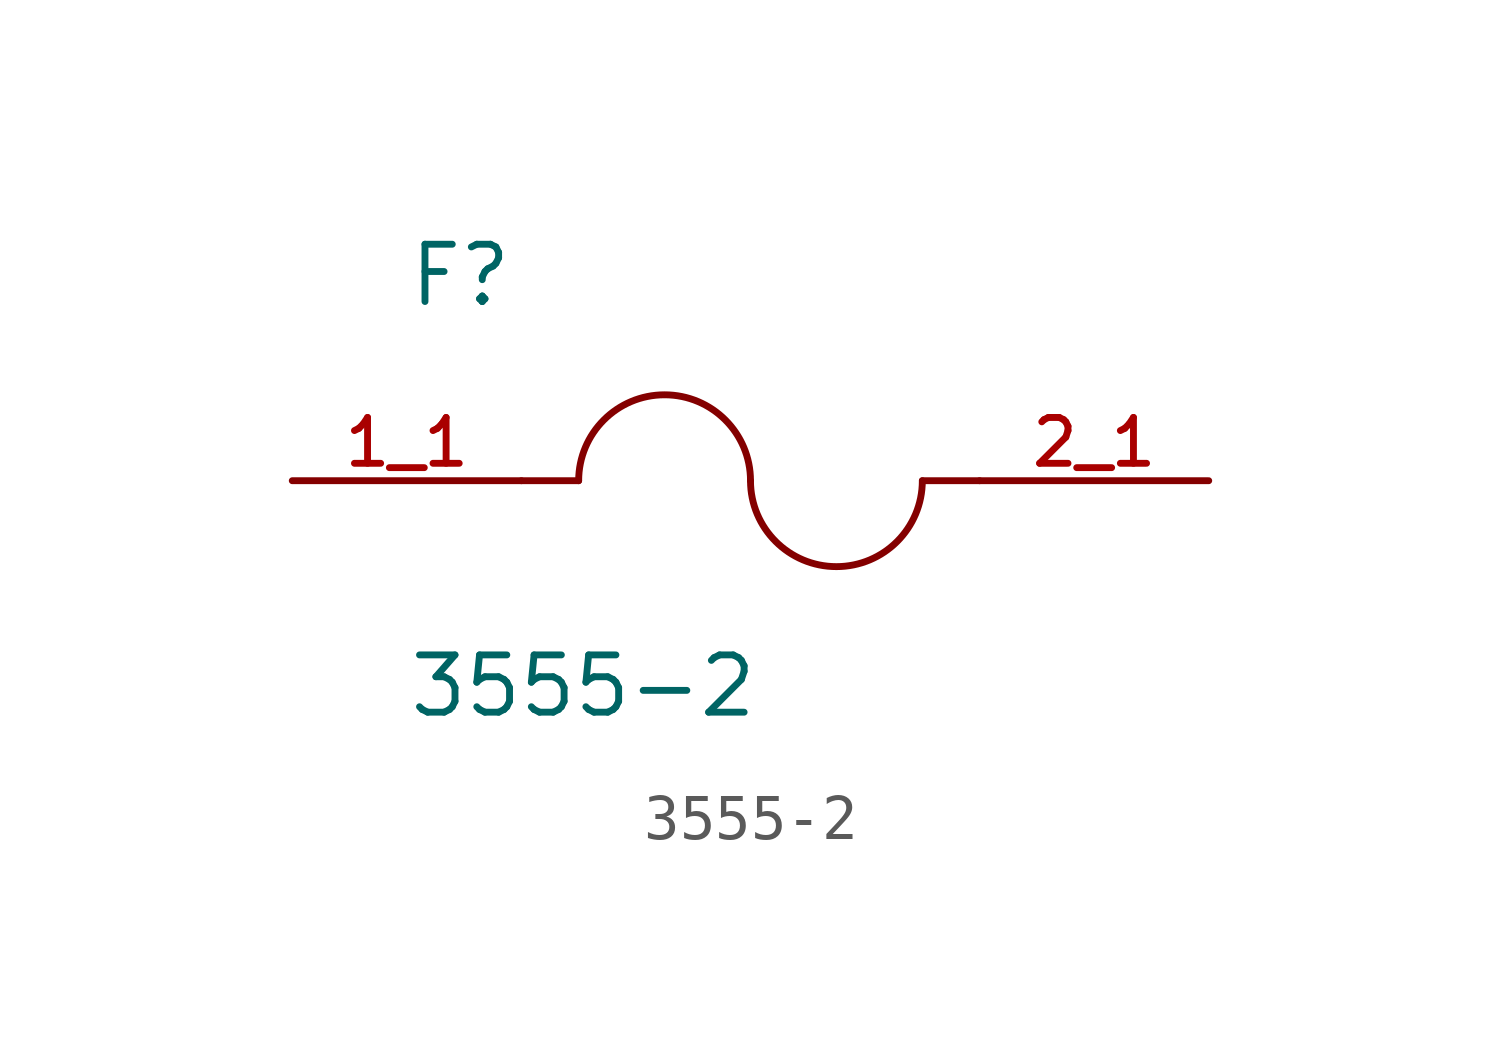
<source format=kicad_sym>
(kicad_symbol_lib
  (version 20211014)
  (generator kicad_symbol_editor)
  (symbol "3555-2"
    (pin_names
      (offset 1.016))
    (property "Reference" "F"
      (at -7.62 3.81 0)
      (effects (font (size 1.27 1.27)) (justify bottom left)))
    (property "Value" "3555-2"
      (at -7.62 -3.81 0)
      (effects (font (size 1.27 1.27)) (justify top left)))
    (symbol "3555-2_0_0"
      (arc (start 0.0 0.0) (mid -1.905 1.905) (end -3.81 0.0) (stroke (width 0.1524) (type default) (color 0 0 0 0)) (fill (type none)))
      (arc (start 3.81 0.0) (mid 1.905 -1.905) (end 0.0 0.0) (stroke (width 0.1524) (type default) (color 0 0 0 0)) (fill (type none)))
      (polyline (pts (xy 5.08 0.0) (xy 3.81 0.0)) (stroke (width 0.152)))
      (polyline (pts (xy -5.08 0.0) (xy -3.81 0.0)) (stroke (width 0.152)))
      (pin passive line (at -10.16 0.0 0) (length 5.08) (name "~" (effects (font (size 1.016 1.016)))) (number "1_1" (effects (font (size 1.016 1.016)))))
      (pin passive line (at 10.16 0.0 180.0) (length 5.08) (name "~" (effects (font (size 1.016 1.016)))) (number "2_1" (effects (font (size 1.016 1.016))))))))
</source>
